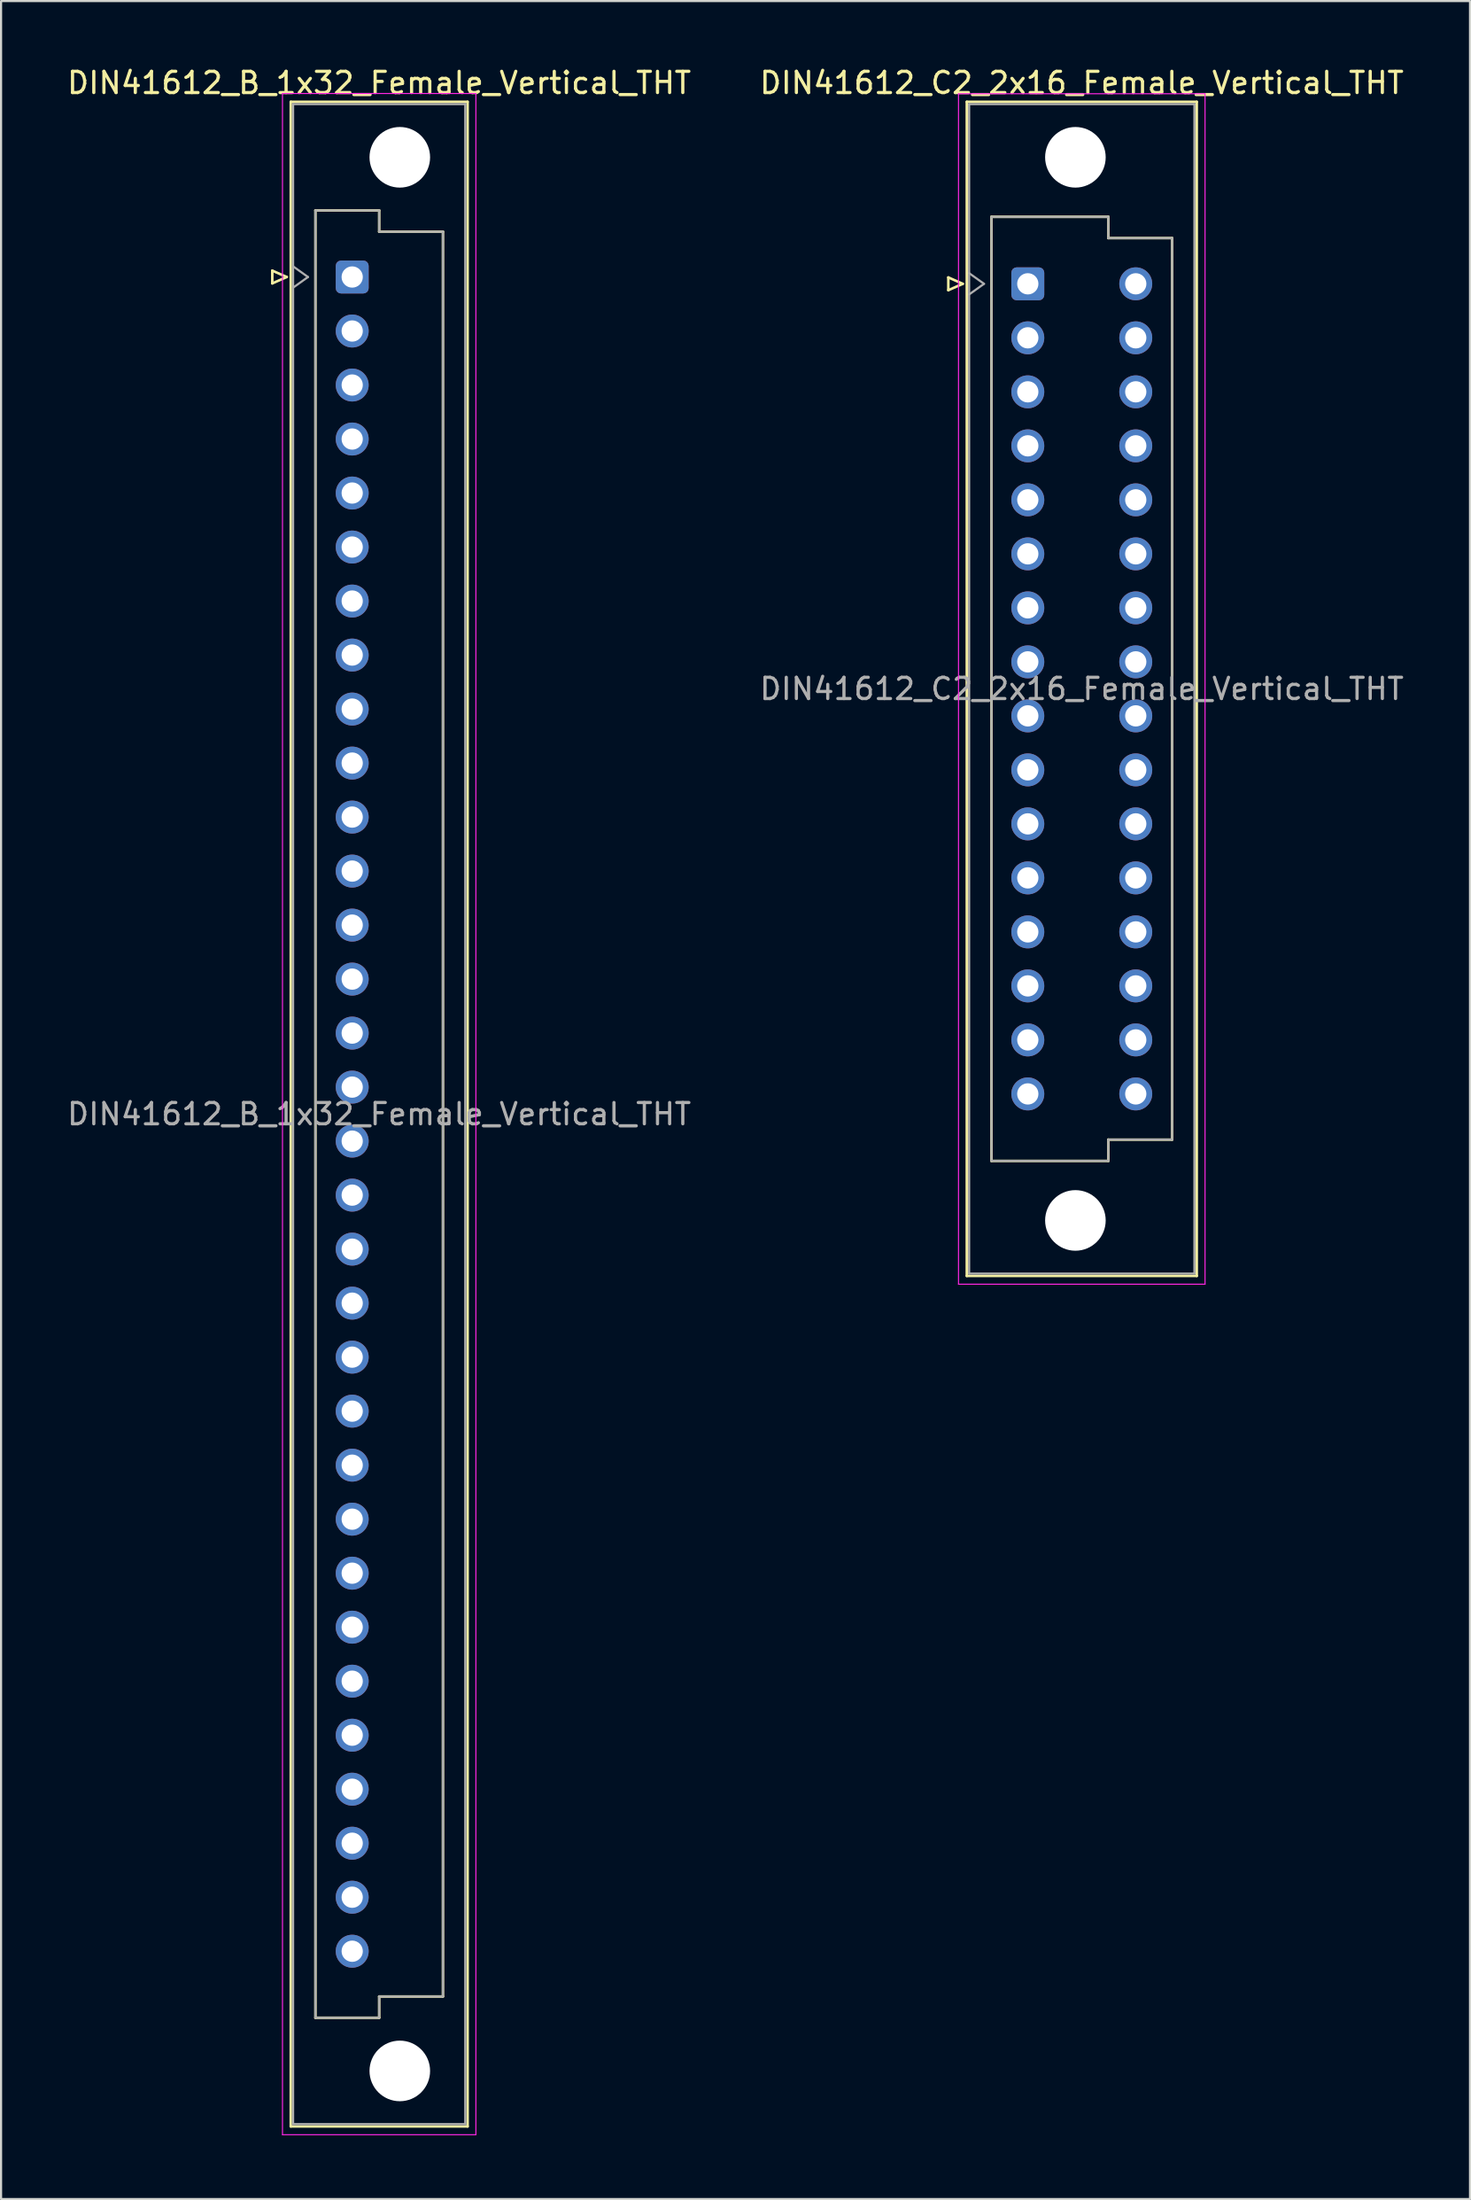
<source format=kicad_pcb>
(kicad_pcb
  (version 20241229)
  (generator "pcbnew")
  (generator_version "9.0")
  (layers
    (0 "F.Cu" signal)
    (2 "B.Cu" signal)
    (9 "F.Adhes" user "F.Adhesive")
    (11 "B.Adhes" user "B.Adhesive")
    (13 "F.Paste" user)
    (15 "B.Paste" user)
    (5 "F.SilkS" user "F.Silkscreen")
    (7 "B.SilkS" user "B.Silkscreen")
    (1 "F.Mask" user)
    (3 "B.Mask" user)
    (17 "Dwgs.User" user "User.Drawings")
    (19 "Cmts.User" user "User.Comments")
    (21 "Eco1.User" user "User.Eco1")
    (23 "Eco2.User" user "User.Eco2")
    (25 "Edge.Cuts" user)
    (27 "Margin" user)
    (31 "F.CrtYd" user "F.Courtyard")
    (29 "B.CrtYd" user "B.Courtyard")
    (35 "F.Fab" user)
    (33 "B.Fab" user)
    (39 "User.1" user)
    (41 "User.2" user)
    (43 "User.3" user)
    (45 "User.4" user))
  (footprint "DIN41612_C2_2x16_Female_Vertical_THT"
    (layer "F.Cu")
    (at 45.311 10.298)
    (property "Reference" "DIN41612_C2_2x16_Female_Vertical_THT" (at 2.54 -9.45 0) (layer "F.SilkS") (effects (font (size 1 1) (thickness 0.15))))
    (attr through_hole)
    (fp_line (start -3.74 -0.3) (end -3.74 0.3) (stroke (width 0.12) (type solid)) (layer "F.SilkS"))
    (fp_line (start -3.74 0.3) (end -3.06 0) (stroke (width 0.12) (type solid)) (layer "F.SilkS"))
    (fp_line (start -3.06 0) (end -3.74 -0.3) (stroke (width 0.12) (type solid)) (layer "F.SilkS"))
    (fp_line (start -2.87 -8.56) (end 7.95 -8.56) (stroke (width 0.12) (type solid)) (layer "F.SilkS"))
    (fp_line (start -2.87 46.66) (end -2.87 -8.56) (stroke (width 0.12) (type solid)) (layer "F.SilkS"))
    (fp_line (start -1.71 -3.15) (end 3.79 -3.15) (stroke (width 0.12) (type solid)) (layer "F.SilkS"))
    (fp_line (start -1.71 41.25) (end -1.71 -3.15) (stroke (width 0.12) (type solid)) (layer "F.SilkS"))
    (fp_line (start 3.79 -3.15) (end 3.79 -2.15) (stroke (width 0.12) (type solid)) (layer "F.SilkS"))
    (fp_line (start 3.79 -2.15) (end 6.79 -2.15) (stroke (width 0.12) (type solid)) (layer "F.SilkS"))
    (fp_line (start 3.79 40.25) (end 3.79 41.25) (stroke (width 0.12) (type solid)) (layer "F.SilkS"))
    (fp_line (start 3.79 41.25) (end -1.71 41.25) (stroke (width 0.12) (type solid)) (layer "F.SilkS"))
    (fp_line (start 6.79 -2.15) (end 6.79 40.25) (stroke (width 0.12) (type solid)) (layer "F.SilkS"))
    (fp_line (start 6.79 40.25) (end 3.79 40.25) (stroke (width 0.12) (type solid)) (layer "F.SilkS"))
    (fp_line (start 7.95 -8.56) (end 7.95 46.66) (stroke (width 0.12) (type solid)) (layer "F.SilkS"))
    (fp_line (start 7.95 46.66) (end -2.87 46.66) (stroke (width 0.12) (type solid)) (layer "F.SilkS"))
    (fp_line (start -3.26 -8.94) (end 8.34 -8.94) (stroke (width 0.05) (type solid)) (layer "F.CrtYd"))
    (fp_line (start -3.26 47.05) (end -3.26 -8.94) (stroke (width 0.05) (type solid)) (layer "F.CrtYd"))
    (fp_line (start 8.34 -8.94) (end 8.34 47.05) (stroke (width 0.05) (type solid)) (layer "F.CrtYd"))
    (fp_line (start 8.34 47.05) (end -3.26 47.05) (stroke (width 0.05) (type solid)) (layer "F.CrtYd"))
    (fp_line (start -2.76 -8.45) (end 7.84 -8.45) (stroke (width 0.1) (type solid)) (layer "F.Fab"))
    (fp_line (start -2.76 -0.5) (end -2.06 0) (stroke (width 0.1) (type solid)) (layer "F.Fab"))
    (fp_line (start -2.76 46.55) (end -2.76 -8.45) (stroke (width 0.1) (type solid)) (layer "F.Fab"))
    (fp_line (start -2.06 0) (end -2.76 0.5) (stroke (width 0.1) (type solid)) (layer "F.Fab"))
    (fp_line (start -1.71 -3.15) (end 3.79 -3.15) (stroke (width 0.1) (type solid)) (layer "F.Fab"))
    (fp_line (start -1.71 41.25) (end -1.71 -3.15) (stroke (width 0.1) (type solid)) (layer "F.Fab"))
    (fp_line (start 3.79 -3.15) (end 3.79 -2.15) (stroke (width 0.1) (type solid)) (layer "F.Fab"))
    (fp_line (start 3.79 -2.15) (end 6.79 -2.15) (stroke (width 0.1) (type solid)) (layer "F.Fab"))
    (fp_line (start 3.79 40.25) (end 3.79 41.25) (stroke (width 0.1) (type solid)) (layer "F.Fab"))
    (fp_line (start 3.79 41.25) (end -1.71 41.25) (stroke (width 0.1) (type solid)) (layer "F.Fab"))
    (fp_line (start 6.79 -2.15) (end 6.79 40.25) (stroke (width 0.1) (type solid)) (layer "F.Fab"))
    (fp_line (start 6.79 40.25) (end 3.79 40.25) (stroke (width 0.1) (type solid)) (layer "F.Fab"))
    (fp_line (start 7.84 -8.45) (end 7.84 46.55) (stroke (width 0.1) (type solid)) (layer "F.Fab"))
    (fp_line (start 7.84 46.55) (end -2.76 46.55) (stroke (width 0.1) (type solid)) (layer "F.Fab"))
    (fp_text user "${REFERENCE}" (at 2.54 19.05 0) (layer "F.Fab") (effects (font (size 1 1) (thickness 0.15))))
    (pad "" np_thru_hole circle (at 2.24 -5.95) (size 2.85 2.85) (drill 2.85) (layers "*.Cu" "*.Mask"))
    (pad "" np_thru_hole circle (at 2.24 44.05) (size 2.85 2.85) (drill 2.85) (layers "*.Cu" "*.Mask"))
    (pad "a1" thru_hole roundrect (at 0 0) (size 1.55 1.55) (drill 1) (layers "*.Cu" "*.Mask") (roundrect_rratio 0.161))
    (pad "a2" thru_hole circle (at 0 2.54) (size 1.55 1.55) (drill 1) (layers "*.Cu" "*.Mask"))
    (pad "a3" thru_hole circle (at 0 5.08) (size 1.55 1.55) (drill 1) (layers "*.Cu" "*.Mask"))
    (pad "a4" thru_hole circle (at 0 7.62) (size 1.55 1.55) (drill 1) (layers "*.Cu" "*.Mask"))
    (pad "a5" thru_hole circle (at 0 10.16) (size 1.55 1.55) (drill 1) (layers "*.Cu" "*.Mask"))
    (pad "a6" thru_hole circle (at 0 12.7) (size 1.55 1.55) (drill 1) (layers "*.Cu" "*.Mask"))
    (pad "a7" thru_hole circle (at 0 15.24) (size 1.55 1.55) (drill 1) (layers "*.Cu" "*.Mask"))
    (pad "a8" thru_hole circle (at 0 17.78) (size 1.55 1.55) (drill 1) (layers "*.Cu" "*.Mask"))
    (pad "a9" thru_hole circle (at 0 20.32) (size 1.55 1.55) (drill 1) (layers "*.Cu" "*.Mask"))
    (pad "a10" thru_hole circle (at 0 22.86) (size 1.55 1.55) (drill 1) (layers "*.Cu" "*.Mask"))
    (pad "a11" thru_hole circle (at 0 25.4) (size 1.55 1.55) (drill 1) (layers "*.Cu" "*.Mask"))
    (pad "a12" thru_hole circle (at 0 27.94) (size 1.55 1.55) (drill 1) (layers "*.Cu" "*.Mask"))
    (pad "a13" thru_hole circle (at 0 30.48) (size 1.55 1.55) (drill 1) (layers "*.Cu" "*.Mask"))
    (pad "a14" thru_hole circle (at 0 33.02) (size 1.55 1.55) (drill 1) (layers "*.Cu" "*.Mask"))
    (pad "a15" thru_hole circle (at 0 35.56) (size 1.55 1.55) (drill 1) (layers "*.Cu" "*.Mask"))
    (pad "a16" thru_hole circle (at 0 38.1) (size 1.55 1.55) (drill 1) (layers "*.Cu" "*.Mask"))
    (pad "c1" thru_hole circle (at 5.08 0) (size 1.55 1.55) (drill 1) (layers "*.Cu" "*.Mask"))
    (pad "c2" thru_hole circle (at 5.08 2.54) (size 1.55 1.55) (drill 1) (layers "*.Cu" "*.Mask"))
    (pad "c3" thru_hole circle (at 5.08 5.08) (size 1.55 1.55) (drill 1) (layers "*.Cu" "*.Mask"))
    (pad "c4" thru_hole circle (at 5.08 7.62) (size 1.55 1.55) (drill 1) (layers "*.Cu" "*.Mask"))
    (pad "c5" thru_hole circle (at 5.08 10.16) (size 1.55 1.55) (drill 1) (layers "*.Cu" "*.Mask"))
    (pad "c6" thru_hole circle (at 5.08 12.7) (size 1.55 1.55) (drill 1) (layers "*.Cu" "*.Mask"))
    (pad "c7" thru_hole circle (at 5.08 15.24) (size 1.55 1.55) (drill 1) (layers "*.Cu" "*.Mask"))
    (pad "c8" thru_hole circle (at 5.08 17.78) (size 1.55 1.55) (drill 1) (layers "*.Cu" "*.Mask"))
    (pad "c9" thru_hole circle (at 5.08 20.32) (size 1.55 1.55) (drill 1) (layers "*.Cu" "*.Mask"))
    (pad "c10" thru_hole circle (at 5.08 22.86) (size 1.55 1.55) (drill 1) (layers "*.Cu" "*.Mask"))
    (pad "c11" thru_hole circle (at 5.08 25.4) (size 1.55 1.55) (drill 1) (layers "*.Cu" "*.Mask"))
    (pad "c12" thru_hole circle (at 5.08 27.94) (size 1.55 1.55) (drill 1) (layers "*.Cu" "*.Mask"))
    (pad "c13" thru_hole circle (at 5.08 30.48) (size 1.55 1.55) (drill 1) (layers "*.Cu" "*.Mask"))
    (pad "c14" thru_hole circle (at 5.08 33.02) (size 1.55 1.55) (drill 1) (layers "*.Cu" "*.Mask"))
    (pad "c15" thru_hole circle (at 5.08 35.56) (size 1.55 1.55) (drill 1) (layers "*.Cu" "*.Mask"))
    (pad "c16" thru_hole circle (at 5.08 38.1) (size 1.55 1.55) (drill 1) (layers "*.Cu" "*.Mask")))
  (footprint "DIN41612_B_1x32_Female_Vertical_THT"
    (layer "F.Cu")
    (at 13.522 9.978)
    (property "Reference" "DIN41612_B_1x32_Female_Vertical_THT" (at 1.27 -9.13 0) (layer "F.SilkS") (effects (font (size 1 1) (thickness 0.15))))
    (attr through_hole)
    (fp_line (start -3.76 -0.3) (end -3.76 0.3) (stroke (width 0.12) (type solid)) (layer "F.SilkS"))
    (fp_line (start -3.76 0.3) (end -3.08 0) (stroke (width 0.12) (type solid)) (layer "F.SilkS"))
    (fp_line (start -3.08 0) (end -3.76 -0.3) (stroke (width 0.12) (type solid)) (layer "F.SilkS"))
    (fp_line (start -2.89 -8.24) (end 5.43 -8.24) (stroke (width 0.12) (type solid)) (layer "F.SilkS"))
    (fp_line (start -2.89 86.98) (end -2.89 -8.24) (stroke (width 0.12) (type solid)) (layer "F.SilkS"))
    (fp_line (start -1.73 -3.131) (end 1.27 -3.131) (stroke (width 0.12) (type solid)) (layer "F.SilkS"))
    (fp_line (start -1.73 81.87) (end -1.73 -3.131) (stroke (width 0.12) (type solid)) (layer "F.SilkS"))
    (fp_line (start 1.27 -3.131) (end 1.27 -2.131) (stroke (width 0.12) (type solid)) (layer "F.SilkS"))
    (fp_line (start 1.27 -2.131) (end 4.27 -2.131) (stroke (width 0.12) (type solid)) (layer "F.SilkS"))
    (fp_line (start 1.27 80.87) (end 1.27 81.87) (stroke (width 0.12) (type solid)) (layer "F.SilkS"))
    (fp_line (start 1.27 81.87) (end -1.73 81.87) (stroke (width 0.12) (type solid)) (layer "F.SilkS"))
    (fp_line (start 4.27 -2.131) (end 4.27 80.87) (stroke (width 0.12) (type solid)) (layer "F.SilkS"))
    (fp_line (start 4.27 80.87) (end 1.27 80.87) (stroke (width 0.12) (type solid)) (layer "F.SilkS"))
    (fp_line (start 5.43 -8.24) (end 5.43 86.98) (stroke (width 0.12) (type solid)) (layer "F.SilkS"))
    (fp_line (start 5.43 86.98) (end -2.89 86.98) (stroke (width 0.12) (type solid)) (layer "F.SilkS"))
    (fp_line (start -3.28 -8.63) (end 5.82 -8.63) (stroke (width 0.05) (type solid)) (layer "F.CrtYd"))
    (fp_line (start -3.28 87.37) (end -3.28 -8.63) (stroke (width 0.05) (type solid)) (layer "F.CrtYd"))
    (fp_line (start 5.82 -8.63) (end 5.82 87.37) (stroke (width 0.05) (type solid)) (layer "F.CrtYd"))
    (fp_line (start 5.82 87.37) (end -3.28 87.37) (stroke (width 0.05) (type solid)) (layer "F.CrtYd"))
    (fp_line (start -2.78 -8.13) (end 5.32 -8.13) (stroke (width 0.1) (type solid)) (layer "F.Fab"))
    (fp_line (start -2.78 -0.5) (end -2.08 0) (stroke (width 0.1) (type solid)) (layer "F.Fab"))
    (fp_line (start -2.78 86.87) (end -2.78 -8.13) (stroke (width 0.1) (type solid)) (layer "F.Fab"))
    (fp_line (start -2.08 0) (end -2.78 0.5) (stroke (width 0.1) (type solid)) (layer "F.Fab"))
    (fp_line (start -1.73 -3.13) (end 1.27 -3.13) (stroke (width 0.1) (type solid)) (layer "F.Fab"))
    (fp_line (start -1.73 81.87) (end -1.73 -3.13) (stroke (width 0.1) (type solid)) (layer "F.Fab"))
    (fp_line (start 1.27 -3.13) (end 1.27 -2.13) (stroke (width 0.1) (type solid)) (layer "F.Fab"))
    (fp_line (start 1.27 -2.13) (end 4.27 -2.13) (stroke (width 0.1) (type solid)) (layer "F.Fab"))
    (fp_line (start 1.27 80.87) (end 1.27 81.87) (stroke (width 0.1) (type solid)) (layer "F.Fab"))
    (fp_line (start 1.27 81.87) (end -1.73 81.87) (stroke (width 0.1) (type solid)) (layer "F.Fab"))
    (fp_line (start 4.27 -2.13) (end 4.27 80.87) (stroke (width 0.1) (type solid)) (layer "F.Fab"))
    (fp_line (start 4.27 80.87) (end 1.27 80.87) (stroke (width 0.1) (type solid)) (layer "F.Fab"))
    (fp_line (start 5.32 -8.13) (end 5.32 86.87) (stroke (width 0.1) (type solid)) (layer "F.Fab"))
    (fp_line (start 5.32 86.87) (end -2.78 86.87) (stroke (width 0.1) (type solid)) (layer "F.Fab"))
    (fp_text user "${REFERENCE}" (at 1.27 39.37 0) (layer "F.Fab") (effects (font (size 1 1) (thickness 0.15))))
    (pad "" np_thru_hole circle (at 2.24 -5.63) (size 2.85 2.85) (drill 2.85) (layers "*.Cu" "*.Mask"))
    (pad "" np_thru_hole circle (at 2.24 84.37) (size 2.85 2.85) (drill 2.85) (layers "*.Cu" "*.Mask"))
    (pad "a1" thru_hole roundrect (at 0 0) (size 1.55 1.55) (drill 1) (layers "*.Cu" "*.Mask") (roundrect_rratio 0.161))
    (pad "a2" thru_hole circle (at 0 2.54) (size 1.55 1.55) (drill 1) (layers "*.Cu" "*.Mask"))
    (pad "a3" thru_hole circle (at 0 5.08) (size 1.55 1.55) (drill 1) (layers "*.Cu" "*.Mask"))
    (pad "a4" thru_hole circle (at 0 7.62) (size 1.55 1.55) (drill 1) (layers "*.Cu" "*.Mask"))
    (pad "a5" thru_hole circle (at 0 10.16) (size 1.55 1.55) (drill 1) (layers "*.Cu" "*.Mask"))
    (pad "a6" thru_hole circle (at 0 12.7) (size 1.55 1.55) (drill 1) (layers "*.Cu" "*.Mask"))
    (pad "a7" thru_hole circle (at 0 15.24) (size 1.55 1.55) (drill 1) (layers "*.Cu" "*.Mask"))
    (pad "a8" thru_hole circle (at 0 17.78) (size 1.55 1.55) (drill 1) (layers "*.Cu" "*.Mask"))
    (pad "a9" thru_hole circle (at 0 20.32) (size 1.55 1.55) (drill 1) (layers "*.Cu" "*.Mask"))
    (pad "a10" thru_hole circle (at 0 22.86) (size 1.55 1.55) (drill 1) (layers "*.Cu" "*.Mask"))
    (pad "a11" thru_hole circle (at 0 25.4) (size 1.55 1.55) (drill 1) (layers "*.Cu" "*.Mask"))
    (pad "a12" thru_hole circle (at 0 27.94) (size 1.55 1.55) (drill 1) (layers "*.Cu" "*.Mask"))
    (pad "a13" thru_hole circle (at 0 30.48) (size 1.55 1.55) (drill 1) (layers "*.Cu" "*.Mask"))
    (pad "a14" thru_hole circle (at 0 33.02) (size 1.55 1.55) (drill 1) (layers "*.Cu" "*.Mask"))
    (pad "a15" thru_hole circle (at 0 35.56) (size 1.55 1.55) (drill 1) (layers "*.Cu" "*.Mask"))
    (pad "a16" thru_hole circle (at 0 38.1) (size 1.55 1.55) (drill 1) (layers "*.Cu" "*.Mask"))
    (pad "a17" thru_hole circle (at 0 40.64) (size 1.55 1.55) (drill 1) (layers "*.Cu" "*.Mask"))
    (pad "a18" thru_hole circle (at 0 43.18) (size 1.55 1.55) (drill 1) (layers "*.Cu" "*.Mask"))
    (pad "a19" thru_hole circle (at 0 45.72) (size 1.55 1.55) (drill 1) (layers "*.Cu" "*.Mask"))
    (pad "a20" thru_hole circle (at 0 48.26) (size 1.55 1.55) (drill 1) (layers "*.Cu" "*.Mask"))
    (pad "a21" thru_hole circle (at 0 50.8) (size 1.55 1.55) (drill 1) (layers "*.Cu" "*.Mask"))
    (pad "a22" thru_hole circle (at 0 53.34) (size 1.55 1.55) (drill 1) (layers "*.Cu" "*.Mask"))
    (pad "a23" thru_hole circle (at 0 55.88) (size 1.55 1.55) (drill 1) (layers "*.Cu" "*.Mask"))
    (pad "a24" thru_hole circle (at 0 58.42) (size 1.55 1.55) (drill 1) (layers "*.Cu" "*.Mask"))
    (pad "a25" thru_hole circle (at 0 60.96) (size 1.55 1.55) (drill 1) (layers "*.Cu" "*.Mask"))
    (pad "a26" thru_hole circle (at 0 63.5) (size 1.55 1.55) (drill 1) (layers "*.Cu" "*.Mask"))
    (pad "a27" thru_hole circle (at 0 66.04) (size 1.55 1.55) (drill 1) (layers "*.Cu" "*.Mask"))
    (pad "a28" thru_hole circle (at 0 68.58) (size 1.55 1.55) (drill 1) (layers "*.Cu" "*.Mask"))
    (pad "a29" thru_hole circle (at 0 71.12) (size 1.55 1.55) (drill 1) (layers "*.Cu" "*.Mask"))
    (pad "a30" thru_hole circle (at 0 73.66) (size 1.55 1.55) (drill 1) (layers "*.Cu" "*.Mask"))
    (pad "a31" thru_hole circle (at 0 76.2) (size 1.55 1.55) (drill 1) (layers "*.Cu" "*.Mask"))
    (pad "a32" thru_hole circle (at 0 78.74) (size 1.55 1.55) (drill 1) (layers "*.Cu" "*.Mask")))
  (gr_rect
    (start -3 -3)
    (end 66.119 100.373)
    (stroke (width 0.1) (type default))
    (fill no)
    (layer "Edge.Cuts")))
</source>
